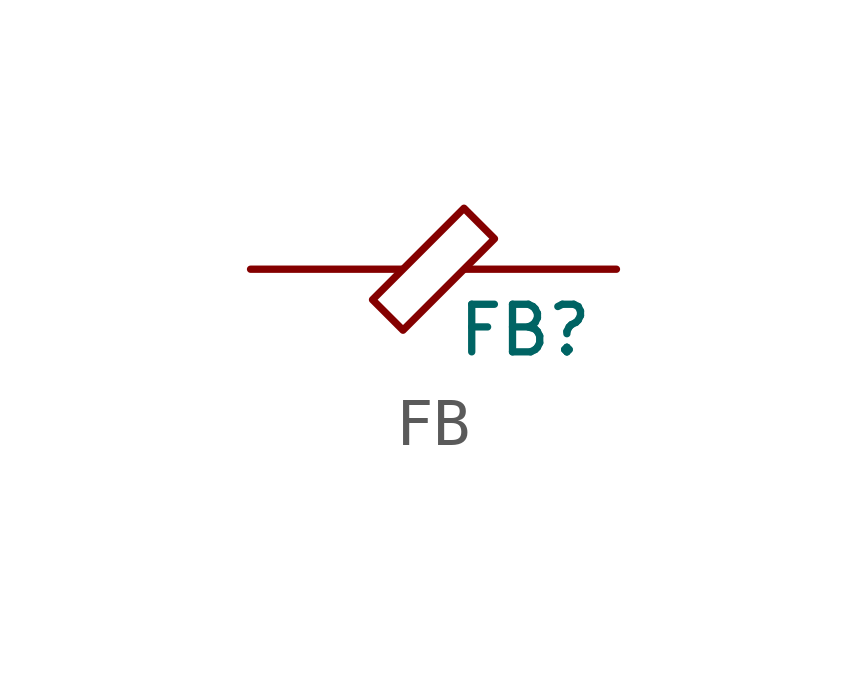
<source format=kicad_sym>
(kicad_symbol_lib
  (version 20210619)
  (generator kicad_symbol_editor)
  (symbol "hermeslite:FB"
    (pin_numbers hide)
    (pin_names
      (offset 1.016))
    (property "Reference" "FB"
      (at 1.905 -1.27 0)
      (effects (font (size 0.991 0.991))))
    (property "Footprint" ""
      (at 0 0 0)
      (effects (font (size 1.524 1.524))))
    (property "Datasheet" ""
      (at 0 0 0)
      (effects (font (size 1.524 1.524))))
    (symbol "FB_0_1"
      (polyline (pts (xy 0.635 1.27) (xy 1.27 0.635) (xy -0.635 -1.27) (xy -1.27 -0.635) (xy 0.635 1.27)) (stroke (width 0)) (fill (type none))))
    (symbol "FB_1_1"
      (pin passive line (at -3.81 0 0) (length 3.15) (name "~" (effects (font (size 1.524 1.524)))) (number "1" (effects (font (size 1.524 1.524)))))
      (pin input line (at 3.81 0 180) (length 3.15) (name "~" (effects (font (size 1.524 1.524)))) (number "2" (effects (font (size 1.524 1.524))))))))
</source>
